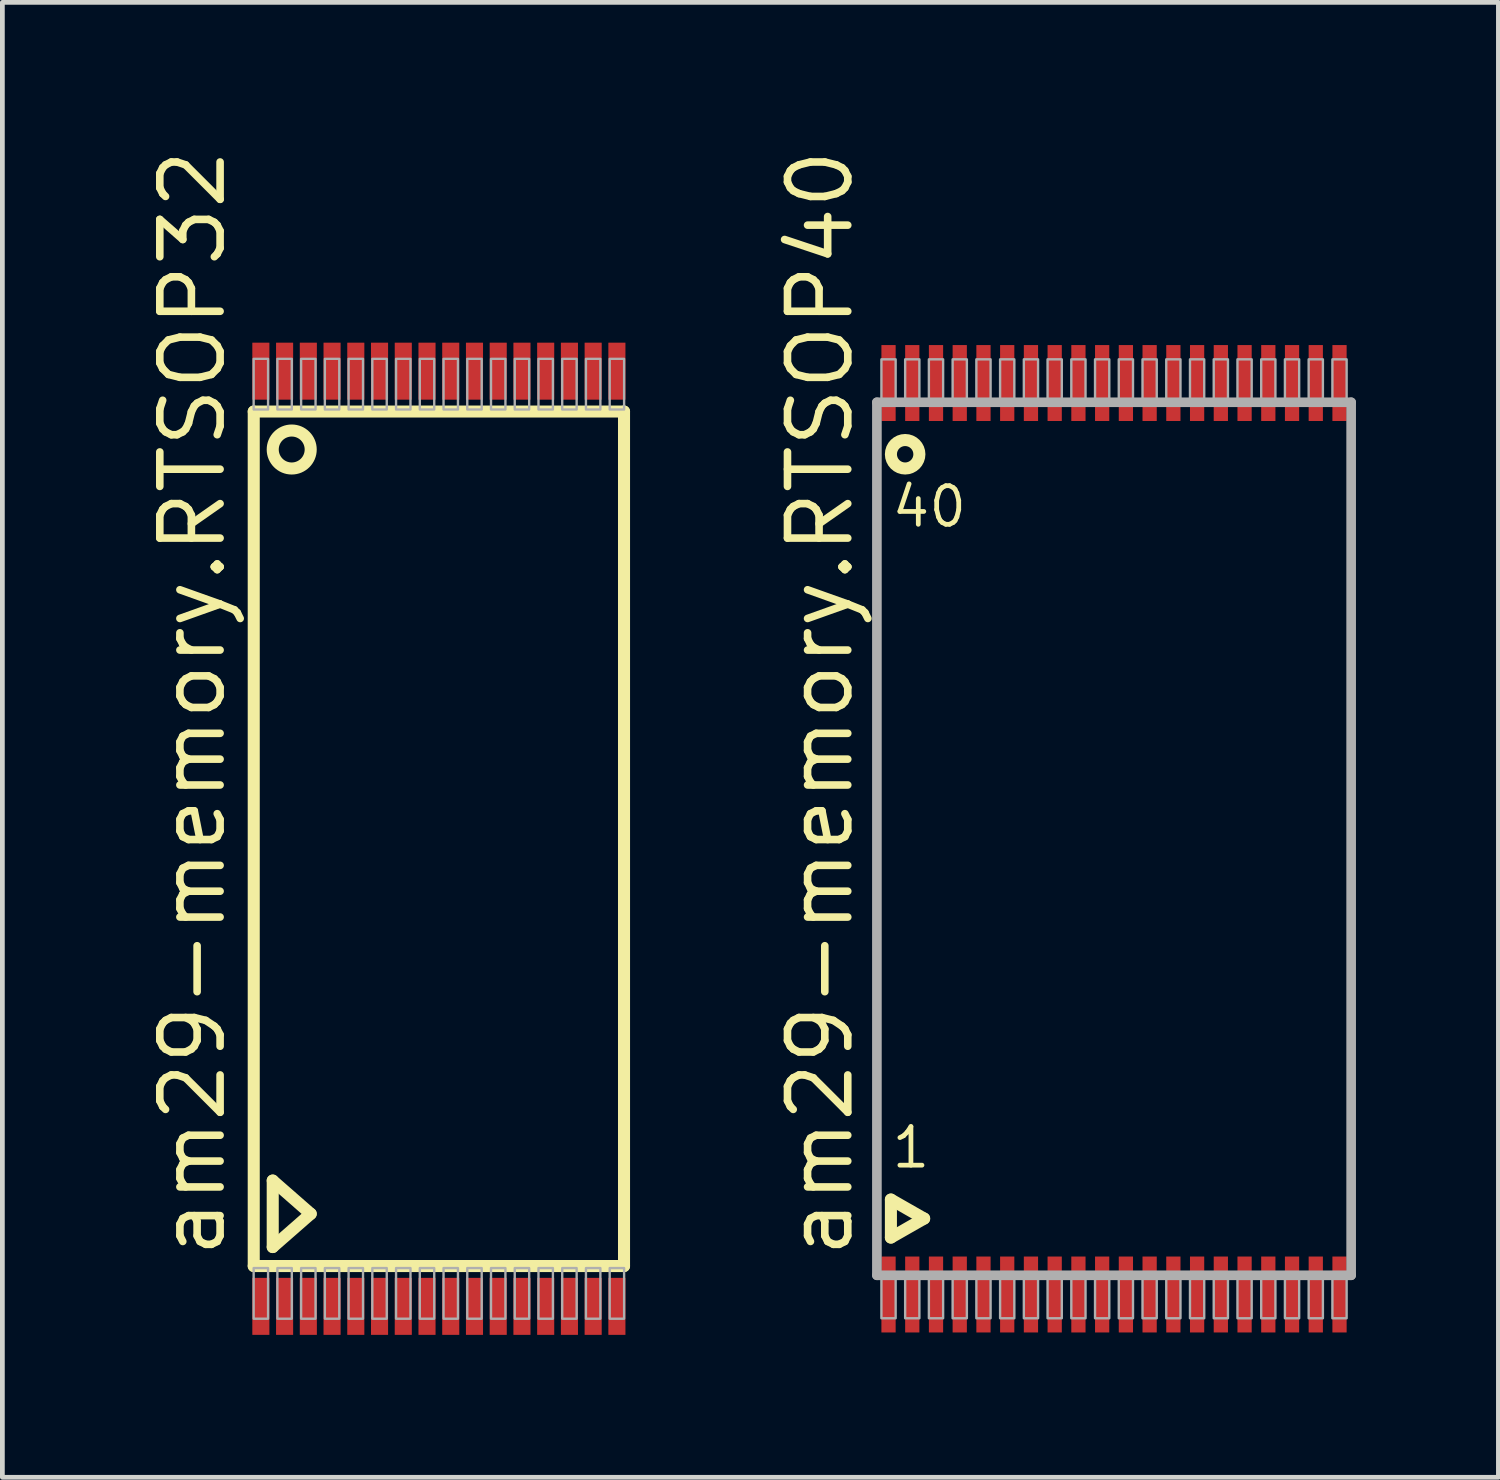
<source format=kicad_pcb>
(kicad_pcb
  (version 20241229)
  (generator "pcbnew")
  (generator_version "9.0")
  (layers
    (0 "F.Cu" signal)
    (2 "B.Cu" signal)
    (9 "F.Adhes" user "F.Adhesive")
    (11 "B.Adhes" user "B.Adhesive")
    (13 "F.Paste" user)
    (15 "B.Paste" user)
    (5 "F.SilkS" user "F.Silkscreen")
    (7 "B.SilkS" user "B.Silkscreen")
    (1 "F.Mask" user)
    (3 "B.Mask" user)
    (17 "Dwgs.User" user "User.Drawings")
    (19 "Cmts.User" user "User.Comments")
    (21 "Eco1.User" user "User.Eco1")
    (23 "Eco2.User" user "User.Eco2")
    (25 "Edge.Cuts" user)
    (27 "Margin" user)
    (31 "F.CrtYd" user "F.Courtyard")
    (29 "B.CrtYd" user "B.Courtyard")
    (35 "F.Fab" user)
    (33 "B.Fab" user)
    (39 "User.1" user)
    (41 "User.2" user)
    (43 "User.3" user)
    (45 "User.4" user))
  (footprint "am29-memory.RTSOP40"
    (layer "F.Cu")
    (at 20.417 14.619)
    (property "Reference" "am29-memory.RTSOP40" (at -5.445 8.89 90) (layer "F.SilkS") (effects (font (size 1.27 1.27) (thickness 0.16)) (justify left bottom)))
    (attr smd)
    (fp_line (start -4.7 7.6) (end -4 8) (stroke (width 0.254) (type default)) (layer "F.SilkS"))
    (fp_line (start -4.7 8.4) (end -4.7 7.6) (stroke (width 0.254) (type default)) (layer "F.SilkS"))
    (fp_line (start -4 8) (end -4.7 8.4) (stroke (width 0.254) (type default)) (layer "F.SilkS"))
    (fp_circle (center -4.4 -8.1) (end -4.1 -8.1) (stroke (width 0.254) (type default)) (fill no) (layer "F.SilkS"))
    (fp_line (start -4.995 -9.195) (end 4.995 -9.195) (stroke (width 0.203) (type default)) (layer "F.Fab"))
    (fp_line (start -4.995 9.195) (end -4.995 -9.195) (stroke (width 0.203) (type default)) (layer "F.Fab"))
    (fp_line (start 4.995 -9.195) (end 4.995 9.195) (stroke (width 0.203) (type default)) (layer "F.Fab"))
    (fp_line (start 4.995 9.195) (end -4.995 9.195) (stroke (width 0.203) (type default)) (layer "F.Fab"))
    (fp_rect (start -4.9 -9.25) (end -4.6 -10.1) (stroke (width 0.05) (type default)) (fill no) (layer "F.Fab"))
    (fp_rect (start -4.9 10.1) (end -4.6 9.25) (stroke (width 0.05) (type default)) (fill no) (layer "F.Fab"))
    (fp_rect (start -4.4 -9.25) (end -4.1 -10.1) (stroke (width 0.05) (type default)) (fill no) (layer "F.Fab"))
    (fp_rect (start -4.4 10.1) (end -4.1 9.25) (stroke (width 0.05) (type default)) (fill no) (layer "F.Fab"))
    (fp_rect (start -3.9 -9.25) (end -3.6 -10.1) (stroke (width 0.05) (type default)) (fill no) (layer "F.Fab"))
    (fp_rect (start -3.9 10.1) (end -3.6 9.25) (stroke (width 0.05) (type default)) (fill no) (layer "F.Fab"))
    (fp_rect (start -3.4 -9.25) (end -3.1 -10.1) (stroke (width 0.05) (type default)) (fill no) (layer "F.Fab"))
    (fp_rect (start -3.4 10.1) (end -3.1 9.25) (stroke (width 0.05) (type default)) (fill no) (layer "F.Fab"))
    (fp_rect (start -2.9 -9.25) (end -2.6 -10.1) (stroke (width 0.05) (type default)) (fill no) (layer "F.Fab"))
    (fp_rect (start -2.9 10.1) (end -2.6 9.25) (stroke (width 0.05) (type default)) (fill no) (layer "F.Fab"))
    (fp_rect (start -2.4 -9.25) (end -2.1 -10.1) (stroke (width 0.05) (type default)) (fill no) (layer "F.Fab"))
    (fp_rect (start -2.4 10.1) (end -2.1 9.25) (stroke (width 0.05) (type default)) (fill no) (layer "F.Fab"))
    (fp_rect (start -1.9 -9.25) (end -1.6 -10.1) (stroke (width 0.05) (type default)) (fill no) (layer "F.Fab"))
    (fp_rect (start -1.9 10.1) (end -1.6 9.25) (stroke (width 0.05) (type default)) (fill no) (layer "F.Fab"))
    (fp_rect (start -1.4 -9.25) (end -1.1 -10.1) (stroke (width 0.05) (type default)) (fill no) (layer "F.Fab"))
    (fp_rect (start -1.4 10.1) (end -1.1 9.25) (stroke (width 0.05) (type default)) (fill no) (layer "F.Fab"))
    (fp_rect (start -0.9 -9.25) (end -0.6 -10.1) (stroke (width 0.05) (type default)) (fill no) (layer "F.Fab"))
    (fp_rect (start -0.9 10.1) (end -0.6 9.25) (stroke (width 0.05) (type default)) (fill no) (layer "F.Fab"))
    (fp_rect (start -0.4 -9.25) (end -0.1 -10.1) (stroke (width 0.05) (type default)) (fill no) (layer "F.Fab"))
    (fp_rect (start -0.4 10.1) (end -0.1 9.25) (stroke (width 0.05) (type default)) (fill no) (layer "F.Fab"))
    (fp_rect (start 0.1 -9.25) (end 0.4 -10.1) (stroke (width 0.05) (type default)) (fill no) (layer "F.Fab"))
    (fp_rect (start 0.1 10.1) (end 0.4 9.25) (stroke (width 0.05) (type default)) (fill no) (layer "F.Fab"))
    (fp_rect (start 0.6 -9.25) (end 0.9 -10.1) (stroke (width 0.05) (type default)) (fill no) (layer "F.Fab"))
    (fp_rect (start 0.6 10.1) (end 0.9 9.25) (stroke (width 0.05) (type default)) (fill no) (layer "F.Fab"))
    (fp_rect (start 1.1 -9.25) (end 1.4 -10.1) (stroke (width 0.05) (type default)) (fill no) (layer "F.Fab"))
    (fp_rect (start 1.1 10.1) (end 1.4 9.25) (stroke (width 0.05) (type default)) (fill no) (layer "F.Fab"))
    (fp_rect (start 1.6 -9.25) (end 1.9 -10.1) (stroke (width 0.05) (type default)) (fill no) (layer "F.Fab"))
    (fp_rect (start 1.6 10.1) (end 1.9 9.25) (stroke (width 0.05) (type default)) (fill no) (layer "F.Fab"))
    (fp_rect (start 2.1 -9.25) (end 2.4 -10.1) (stroke (width 0.05) (type default)) (fill no) (layer "F.Fab"))
    (fp_rect (start 2.1 10.1) (end 2.4 9.25) (stroke (width 0.05) (type default)) (fill no) (layer "F.Fab"))
    (fp_rect (start 2.6 -9.25) (end 2.9 -10.1) (stroke (width 0.05) (type default)) (fill no) (layer "F.Fab"))
    (fp_rect (start 2.6 10.1) (end 2.9 9.25) (stroke (width 0.05) (type default)) (fill no) (layer "F.Fab"))
    (fp_rect (start 3.1 -9.25) (end 3.4 -10.1) (stroke (width 0.05) (type default)) (fill no) (layer "F.Fab"))
    (fp_rect (start 3.1 10.1) (end 3.4 9.25) (stroke (width 0.05) (type default)) (fill no) (layer "F.Fab"))
    (fp_rect (start 3.6 -9.25) (end 3.9 -10.1) (stroke (width 0.05) (type default)) (fill no) (layer "F.Fab"))
    (fp_rect (start 3.6 10.1) (end 3.9 9.25) (stroke (width 0.05) (type default)) (fill no) (layer "F.Fab"))
    (fp_rect (start 4.1 -9.25) (end 4.4 -10.1) (stroke (width 0.05) (type default)) (fill no) (layer "F.Fab"))
    (fp_rect (start 4.1 10.1) (end 4.4 9.25) (stroke (width 0.05) (type default)) (fill no) (layer "F.Fab"))
    (fp_rect (start 4.6 -9.25) (end 4.9 -10.1) (stroke (width 0.05) (type default)) (fill no) (layer "F.Fab"))
    (fp_rect (start 4.6 10.1) (end 4.9 9.25) (stroke (width 0.05) (type default)) (fill no) (layer "F.Fab"))
    (fp_text user "1" (at -4.731 6.98 0) (layer "F.SilkS") (effects (font (size 0.813 0.813) (thickness 0.1)) (justify left bottom)))
    (fp_text user "40" (at -4.731 -6.52 0) (layer "F.SilkS") (effects (font (size 0.813 0.813) (thickness 0.1)) (justify left bottom)))
    (pad "1" smd roundrect (at -4.75 9.6) (size 0.3 1.6) (layers "F.Cu" "F.Mask" "F.Paste") (roundrect_rratio 0.01))
    (pad "2" smd roundrect (at -4.25 9.6) (size 0.3 1.6) (layers "F.Cu" "F.Mask" "F.Paste") (roundrect_rratio 0.01))
    (pad "3" smd roundrect (at -3.75 9.6) (size 0.3 1.6) (layers "F.Cu" "F.Mask" "F.Paste") (roundrect_rratio 0.01))
    (pad "4" smd roundrect (at -3.25 9.6) (size 0.3 1.6) (layers "F.Cu" "F.Mask" "F.Paste") (roundrect_rratio 0.01))
    (pad "5" smd roundrect (at -2.75 9.6) (size 0.3 1.6) (layers "F.Cu" "F.Mask" "F.Paste") (roundrect_rratio 0.01))
    (pad "6" smd roundrect (at -2.25 9.6) (size 0.3 1.6) (layers "F.Cu" "F.Mask" "F.Paste") (roundrect_rratio 0.01))
    (pad "7" smd roundrect (at -1.75 9.6) (size 0.3 1.6) (layers "F.Cu" "F.Mask" "F.Paste") (roundrect_rratio 0.01))
    (pad "8" smd roundrect (at -1.25 9.6) (size 0.3 1.6) (layers "F.Cu" "F.Mask" "F.Paste") (roundrect_rratio 0.01))
    (pad "9" smd roundrect (at -0.75 9.6) (size 0.3 1.6) (layers "F.Cu" "F.Mask" "F.Paste") (roundrect_rratio 0.01))
    (pad "10" smd roundrect (at -0.25 9.6) (size 0.3 1.6) (layers "F.Cu" "F.Mask" "F.Paste") (roundrect_rratio 0.01))
    (pad "11" smd roundrect (at 0.25 9.6) (size 0.3 1.6) (layers "F.Cu" "F.Mask" "F.Paste") (roundrect_rratio 0.01))
    (pad "12" smd roundrect (at 0.75 9.6) (size 0.3 1.6) (layers "F.Cu" "F.Mask" "F.Paste") (roundrect_rratio 0.01))
    (pad "13" smd roundrect (at 1.25 9.6) (size 0.3 1.6) (layers "F.Cu" "F.Mask" "F.Paste") (roundrect_rratio 0.01))
    (pad "14" smd roundrect (at 1.75 9.6) (size 0.3 1.6) (layers "F.Cu" "F.Mask" "F.Paste") (roundrect_rratio 0.01))
    (pad "15" smd roundrect (at 2.25 9.6) (size 0.3 1.6) (layers "F.Cu" "F.Mask" "F.Paste") (roundrect_rratio 0.01))
    (pad "16" smd roundrect (at 2.75 9.6) (size 0.3 1.6) (layers "F.Cu" "F.Mask" "F.Paste") (roundrect_rratio 0.01))
    (pad "17" smd roundrect (at 3.25 9.6) (size 0.3 1.6) (layers "F.Cu" "F.Mask" "F.Paste") (roundrect_rratio 0.01))
    (pad "18" smd roundrect (at 3.75 9.6) (size 0.3 1.6) (layers "F.Cu" "F.Mask" "F.Paste") (roundrect_rratio 0.01))
    (pad "19" smd roundrect (at 4.25 9.6) (size 0.3 1.6) (layers "F.Cu" "F.Mask" "F.Paste") (roundrect_rratio 0.01))
    (pad "20" smd roundrect (at 4.75 9.6) (size 0.3 1.6) (layers "F.Cu" "F.Mask" "F.Paste") (roundrect_rratio 0.01))
    (pad "21" smd roundrect (at 4.75 -9.6) (size 0.3 1.6) (layers "F.Cu" "F.Mask" "F.Paste") (roundrect_rratio 0.01))
    (pad "22" smd roundrect (at 4.25 -9.6) (size 0.3 1.6) (layers "F.Cu" "F.Mask" "F.Paste") (roundrect_rratio 0.01))
    (pad "23" smd roundrect (at 3.75 -9.6) (size 0.3 1.6) (layers "F.Cu" "F.Mask" "F.Paste") (roundrect_rratio 0.01))
    (pad "24" smd roundrect (at 3.25 -9.6) (size 0.3 1.6) (layers "F.Cu" "F.Mask" "F.Paste") (roundrect_rratio 0.01))
    (pad "25" smd roundrect (at 2.75 -9.6) (size 0.3 1.6) (layers "F.Cu" "F.Mask" "F.Paste") (roundrect_rratio 0.01))
    (pad "26" smd roundrect (at 2.25 -9.6) (size 0.3 1.6) (layers "F.Cu" "F.Mask" "F.Paste") (roundrect_rratio 0.01))
    (pad "27" smd roundrect (at 1.75 -9.6) (size 0.3 1.6) (layers "F.Cu" "F.Mask" "F.Paste") (roundrect_rratio 0.01))
    (pad "28" smd roundrect (at 1.25 -9.6) (size 0.3 1.6) (layers "F.Cu" "F.Mask" "F.Paste") (roundrect_rratio 0.01))
    (pad "29" smd roundrect (at 0.75 -9.6) (size 0.3 1.6) (layers "F.Cu" "F.Mask" "F.Paste") (roundrect_rratio 0.01))
    (pad "30" smd roundrect (at 0.25 -9.6) (size 0.3 1.6) (layers "F.Cu" "F.Mask" "F.Paste") (roundrect_rratio 0.01))
    (pad "31" smd roundrect (at -0.25 -9.6) (size 0.3 1.6) (layers "F.Cu" "F.Mask" "F.Paste") (roundrect_rratio 0.01))
    (pad "32" smd roundrect (at -0.75 -9.6) (size 0.3 1.6) (layers "F.Cu" "F.Mask" "F.Paste") (roundrect_rratio 0.01))
    (pad "33" smd roundrect (at -1.25 -9.6) (size 0.3 1.6) (layers "F.Cu" "F.Mask" "F.Paste") (roundrect_rratio 0.01))
    (pad "34" smd roundrect (at -1.75 -9.6) (size 0.3 1.6) (layers "F.Cu" "F.Mask" "F.Paste") (roundrect_rratio 0.01))
    (pad "35" smd roundrect (at -2.25 -9.6) (size 0.3 1.6) (layers "F.Cu" "F.Mask" "F.Paste") (roundrect_rratio 0.01))
    (pad "36" smd roundrect (at -2.75 -9.6) (size 0.3 1.6) (layers "F.Cu" "F.Mask" "F.Paste") (roundrect_rratio 0.01))
    (pad "37" smd roundrect (at -3.25 -9.6) (size 0.3 1.6) (layers "F.Cu" "F.Mask" "F.Paste") (roundrect_rratio 0.01))
    (pad "38" smd roundrect (at -3.75 -9.6) (size 0.3 1.6) (layers "F.Cu" "F.Mask" "F.Paste") (roundrect_rratio 0.01))
    (pad "39" smd roundrect (at -4.25 -9.6) (size 0.3 1.6) (layers "F.Cu" "F.Mask" "F.Paste") (roundrect_rratio 0.01))
    (pad "40" smd roundrect (at -4.75 -9.6) (size 0.3 1.6) (layers "F.Cu" "F.Mask" "F.Paste") (roundrect_rratio 0.01)))
  (footprint "am29-memory.RTSOP32"
    (layer "F.Cu")
    (at 6.195 14.619)
    (property "Reference" "am29-memory.RTSOP32" (at -4.445 8.89 90) (layer "F.SilkS") (effects (font (size 1.27 1.27) (thickness 0.16)) (justify left bottom)))
    (attr smd)
    (fp_line (start -3.9 -9) (end 3.9 -9) (stroke (width 0.254) (type default)) (layer "F.SilkS"))
    (fp_line (start -3.9 9) (end -3.9 -9) (stroke (width 0.254) (type default)) (layer "F.SilkS"))
    (fp_line (start -3.5 7.2) (end -3.5 8.6) (stroke (width 0.254) (type default)) (layer "F.SilkS"))
    (fp_line (start -3.5 8.6) (end -2.7 7.9) (stroke (width 0.254) (type default)) (layer "F.SilkS"))
    (fp_line (start -2.7 7.9) (end -3.5 7.2) (stroke (width 0.254) (type default)) (layer "F.SilkS"))
    (fp_line (start 3.9 -9) (end 3.9 9) (stroke (width 0.254) (type default)) (layer "F.SilkS"))
    (fp_line (start 3.9 9) (end -3.9 9) (stroke (width 0.254) (type default)) (layer "F.SilkS"))
    (fp_circle (center -3.1 -8.2) (end -2.7 -8.2) (stroke (width 0.254) (type default)) (fill no) (layer "F.SilkS"))
    (fp_rect (start -3.902 -9.043) (end -3.598 -10.11) (stroke (width 0.05) (type default)) (fill no) (layer "F.Fab"))
    (fp_rect (start -3.902 10.11) (end -3.598 9.043) (stroke (width 0.05) (type default)) (fill no) (layer "F.Fab"))
    (fp_rect (start -3.402 -9.043) (end -3.098 -10.11) (stroke (width 0.05) (type default)) (fill no) (layer "F.Fab"))
    (fp_rect (start -3.402 10.11) (end -3.098 9.043) (stroke (width 0.05) (type default)) (fill no) (layer "F.Fab"))
    (fp_rect (start -2.902 -9.043) (end -2.598 -10.11) (stroke (width 0.05) (type default)) (fill no) (layer "F.Fab"))
    (fp_rect (start -2.902 10.11) (end -2.598 9.043) (stroke (width 0.05) (type default)) (fill no) (layer "F.Fab"))
    (fp_rect (start -2.402 -9.043) (end -2.098 -10.11) (stroke (width 0.05) (type default)) (fill no) (layer "F.Fab"))
    (fp_rect (start -2.402 10.11) (end -2.098 9.043) (stroke (width 0.05) (type default)) (fill no) (layer "F.Fab"))
    (fp_rect (start -1.902 -9.043) (end -1.598 -10.11) (stroke (width 0.05) (type default)) (fill no) (layer "F.Fab"))
    (fp_rect (start -1.902 10.11) (end -1.598 9.043) (stroke (width 0.05) (type default)) (fill no) (layer "F.Fab"))
    (fp_rect (start -1.402 -9.043) (end -1.098 -10.11) (stroke (width 0.05) (type default)) (fill no) (layer "F.Fab"))
    (fp_rect (start -1.402 10.11) (end -1.098 9.043) (stroke (width 0.05) (type default)) (fill no) (layer "F.Fab"))
    (fp_rect (start -0.902 -9.043) (end -0.598 -10.11) (stroke (width 0.05) (type default)) (fill no) (layer "F.Fab"))
    (fp_rect (start -0.902 10.11) (end -0.598 9.043) (stroke (width 0.05) (type default)) (fill no) (layer "F.Fab"))
    (fp_rect (start -0.402 -9.043) (end -0.098 -10.11) (stroke (width 0.05) (type default)) (fill no) (layer "F.Fab"))
    (fp_rect (start -0.402 10.11) (end -0.098 9.043) (stroke (width 0.05) (type default)) (fill no) (layer "F.Fab"))
    (fp_rect (start 0.098 -9.043) (end 0.402 -10.11) (stroke (width 0.05) (type default)) (fill no) (layer "F.Fab"))
    (fp_rect (start 0.098 10.11) (end 0.402 9.043) (stroke (width 0.05) (type default)) (fill no) (layer "F.Fab"))
    (fp_rect (start 0.598 -9.043) (end 0.902 -10.11) (stroke (width 0.05) (type default)) (fill no) (layer "F.Fab"))
    (fp_rect (start 0.598 10.11) (end 0.902 9.043) (stroke (width 0.05) (type default)) (fill no) (layer "F.Fab"))
    (fp_rect (start 1.098 -9.043) (end 1.402 -10.11) (stroke (width 0.05) (type default)) (fill no) (layer "F.Fab"))
    (fp_rect (start 1.098 10.11) (end 1.402 9.043) (stroke (width 0.05) (type default)) (fill no) (layer "F.Fab"))
    (fp_rect (start 1.598 -9.043) (end 1.902 -10.11) (stroke (width 0.05) (type default)) (fill no) (layer "F.Fab"))
    (fp_rect (start 1.598 10.11) (end 1.902 9.043) (stroke (width 0.05) (type default)) (fill no) (layer "F.Fab"))
    (fp_rect (start 2.098 -9.043) (end 2.402 -10.11) (stroke (width 0.05) (type default)) (fill no) (layer "F.Fab"))
    (fp_rect (start 2.098 10.11) (end 2.402 9.043) (stroke (width 0.05) (type default)) (fill no) (layer "F.Fab"))
    (fp_rect (start 2.598 -9.043) (end 2.902 -10.11) (stroke (width 0.05) (type default)) (fill no) (layer "F.Fab"))
    (fp_rect (start 2.598 10.11) (end 2.902 9.043) (stroke (width 0.05) (type default)) (fill no) (layer "F.Fab"))
    (fp_rect (start 3.098 -9.043) (end 3.402 -10.11) (stroke (width 0.05) (type default)) (fill no) (layer "F.Fab"))
    (fp_rect (start 3.098 10.11) (end 3.402 9.043) (stroke (width 0.05) (type default)) (fill no) (layer "F.Fab"))
    (fp_rect (start 3.598 -9.043) (end 3.902 -10.11) (stroke (width 0.05) (type default)) (fill no) (layer "F.Fab"))
    (fp_rect (start 3.598 10.11) (end 3.902 9.043) (stroke (width 0.05) (type default)) (fill no) (layer "F.Fab"))
    (pad "1" smd roundrect (at -3.75 9.85) (size 0.36 1.2) (layers "F.Cu" "F.Mask" "F.Paste") (roundrect_rratio 0.01))
    (pad "2" smd roundrect (at -3.25 9.85) (size 0.36 1.2) (layers "F.Cu" "F.Mask" "F.Paste") (roundrect_rratio 0.01))
    (pad "3" smd roundrect (at -2.75 9.85) (size 0.36 1.2) (layers "F.Cu" "F.Mask" "F.Paste") (roundrect_rratio 0.01))
    (pad "4" smd roundrect (at -2.25 9.85) (size 0.36 1.2) (layers "F.Cu" "F.Mask" "F.Paste") (roundrect_rratio 0.01))
    (pad "5" smd roundrect (at -1.75 9.85) (size 0.36 1.2) (layers "F.Cu" "F.Mask" "F.Paste") (roundrect_rratio 0.01))
    (pad "6" smd roundrect (at -1.25 9.85) (size 0.36 1.2) (layers "F.Cu" "F.Mask" "F.Paste") (roundrect_rratio 0.01))
    (pad "7" smd roundrect (at -0.75 9.85) (size 0.36 1.2) (layers "F.Cu" "F.Mask" "F.Paste") (roundrect_rratio 0.01))
    (pad "8" smd roundrect (at -0.25 9.85) (size 0.36 1.2) (layers "F.Cu" "F.Mask" "F.Paste") (roundrect_rratio 0.01))
    (pad "9" smd roundrect (at 0.25 9.85) (size 0.36 1.2) (layers "F.Cu" "F.Mask" "F.Paste") (roundrect_rratio 0.01))
    (pad "10" smd roundrect (at 0.75 9.85) (size 0.36 1.2) (layers "F.Cu" "F.Mask" "F.Paste") (roundrect_rratio 0.01))
    (pad "11" smd roundrect (at 1.25 9.85) (size 0.36 1.2) (layers "F.Cu" "F.Mask" "F.Paste") (roundrect_rratio 0.01))
    (pad "12" smd roundrect (at 1.75 9.85) (size 0.36 1.2) (layers "F.Cu" "F.Mask" "F.Paste") (roundrect_rratio 0.01))
    (pad "13" smd roundrect (at 2.25 9.85) (size 0.36 1.2) (layers "F.Cu" "F.Mask" "F.Paste") (roundrect_rratio 0.01))
    (pad "14" smd roundrect (at 2.75 9.85) (size 0.36 1.2) (layers "F.Cu" "F.Mask" "F.Paste") (roundrect_rratio 0.01))
    (pad "15" smd roundrect (at 3.25 9.85) (size 0.36 1.2) (layers "F.Cu" "F.Mask" "F.Paste") (roundrect_rratio 0.01))
    (pad "16" smd roundrect (at 3.75 9.85) (size 0.36 1.2) (layers "F.Cu" "F.Mask" "F.Paste") (roundrect_rratio 0.01))
    (pad "17" smd roundrect (at 3.75 -9.85) (size 0.36 1.2) (layers "F.Cu" "F.Mask" "F.Paste") (roundrect_rratio 0.01))
    (pad "18" smd roundrect (at 3.25 -9.85) (size 0.36 1.2) (layers "F.Cu" "F.Mask" "F.Paste") (roundrect_rratio 0.01))
    (pad "19" smd roundrect (at 2.75 -9.85) (size 0.36 1.2) (layers "F.Cu" "F.Mask" "F.Paste") (roundrect_rratio 0.01))
    (pad "20" smd roundrect (at 2.25 -9.85) (size 0.36 1.2) (layers "F.Cu" "F.Mask" "F.Paste") (roundrect_rratio 0.01))
    (pad "21" smd roundrect (at 1.75 -9.85) (size 0.36 1.2) (layers "F.Cu" "F.Mask" "F.Paste") (roundrect_rratio 0.01))
    (pad "22" smd roundrect (at 1.25 -9.85) (size 0.36 1.2) (layers "F.Cu" "F.Mask" "F.Paste") (roundrect_rratio 0.01))
    (pad "23" smd roundrect (at 0.75 -9.85) (size 0.36 1.2) (layers "F.Cu" "F.Mask" "F.Paste") (roundrect_rratio 0.01))
    (pad "24" smd roundrect (at 0.25 -9.85) (size 0.36 1.2) (layers "F.Cu" "F.Mask" "F.Paste") (roundrect_rratio 0.01))
    (pad "25" smd roundrect (at -0.25 -9.85) (size 0.36 1.2) (layers "F.Cu" "F.Mask" "F.Paste") (roundrect_rratio 0.01))
    (pad "26" smd roundrect (at -0.75 -9.85) (size 0.36 1.2) (layers "F.Cu" "F.Mask" "F.Paste") (roundrect_rratio 0.01))
    (pad "27" smd roundrect (at -1.25 -9.85) (size 0.36 1.2) (layers "F.Cu" "F.Mask" "F.Paste") (roundrect_rratio 0.01))
    (pad "28" smd roundrect (at -1.75 -9.85) (size 0.36 1.2) (layers "F.Cu" "F.Mask" "F.Paste") (roundrect_rratio 0.01))
    (pad "29" smd roundrect (at -2.25 -9.85) (size 0.36 1.2) (layers "F.Cu" "F.Mask" "F.Paste") (roundrect_rratio 0.01))
    (pad "30" smd roundrect (at -2.75 -9.85) (size 0.36 1.2) (layers "F.Cu" "F.Mask" "F.Paste") (roundrect_rratio 0.01))
    (pad "31" smd roundrect (at -3.25 -9.85) (size 0.36 1.2) (layers "F.Cu" "F.Mask" "F.Paste") (roundrect_rratio 0.01))
    (pad "32" smd roundrect (at -3.75 -9.85) (size 0.36 1.2) (layers "F.Cu" "F.Mask" "F.Paste") (roundrect_rratio 0.01)))
  (gr_rect
    (start -3 -3)
    (end 28.514 28.069)
    (stroke (width 0.1) (type default))
    (fill no)
    (layer "Edge.Cuts")))
</source>
